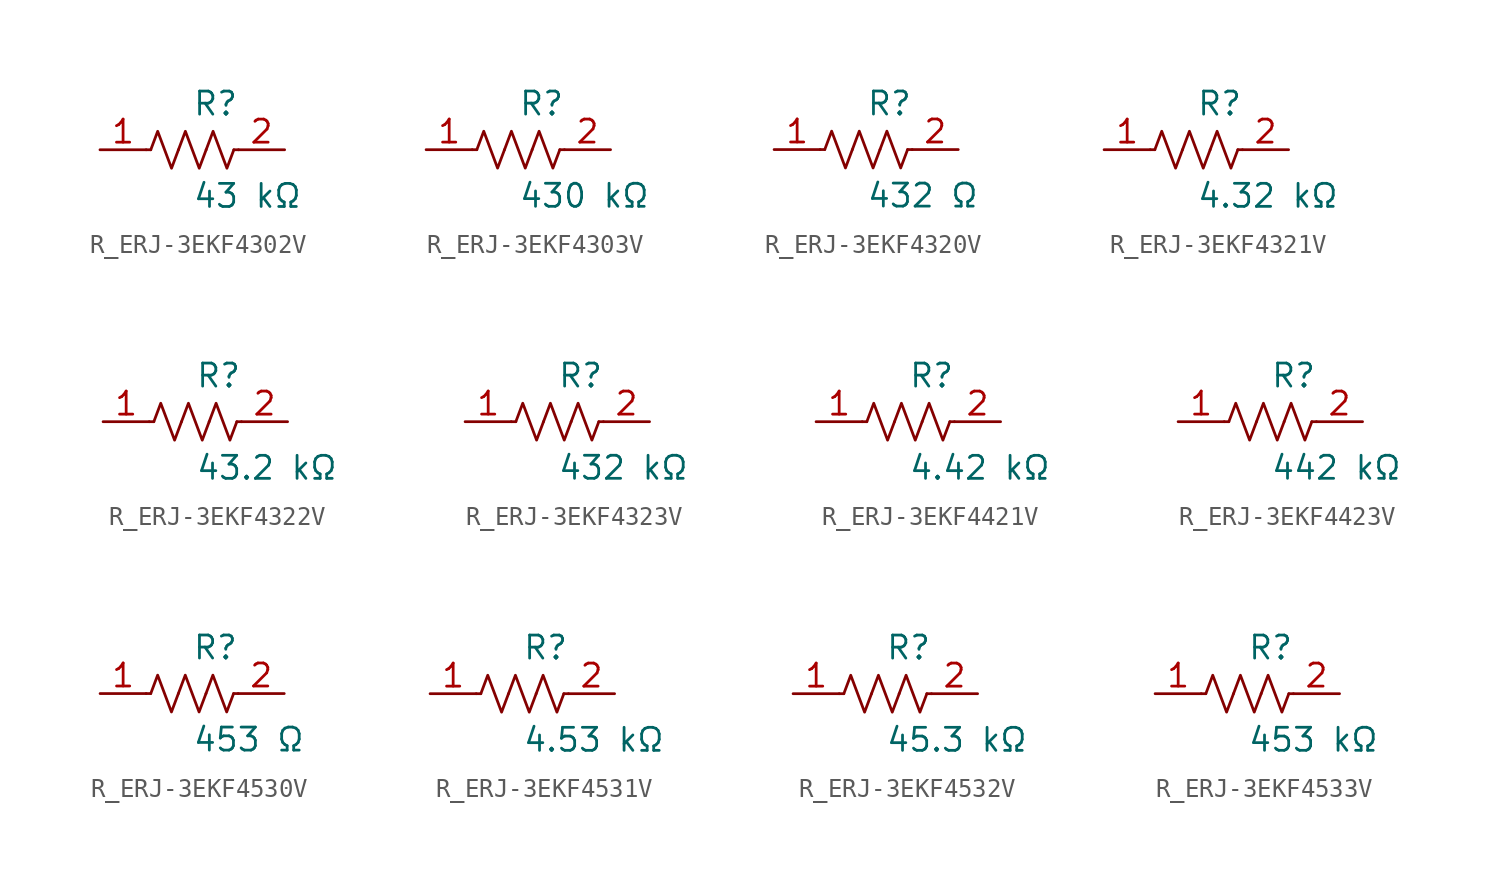
<source format=kicad_sym>
(kicad_symbol_lib
  (version 20231120)
  (generator kicad_symbol_editor)
  (generator_version 8.0)
  (symbol "R_ERJ-3EKF4302V"
    (pin_names
      (offset 0.254))
    (property "Reference" "R"
      (at 0.0 2.54 0)
      (effects (font (size 1.27 1.27)) (justify left)))
    (property "Value" "43 kΩ"
      (at 0.0 -2.54 0)
      (effects (font (size 1.27 1.27)) (justify left)))
    (symbol "R_ERJ-3EKF4302V_0_1"
      (polyline (pts (xy 2.286 0) (xy 2.54 0)) (stroke (width 0) (type default)) (fill (type none)))
      (polyline (pts (xy -2.286 0) (xy -2.54 0)) (stroke (width 0) (type default)) (fill (type none)))
      (polyline (pts (xy 0.762 0) (xy 1.143 1.016) (xy 1.524 0) (xy 1.905 -1.016) (xy 2.286 0)) (stroke (width 0) (type default)) (fill (type none)))
      (polyline (pts (xy -0.762 0) (xy -0.381 1.016) (xy 0 0) (xy 0.381 -1.016) (xy 0.762 0)) (stroke (width 0) (type default)) (fill (type none)))
      (polyline (pts (xy -2.286 0) (xy -1.905 1.016) (xy -1.524 0) (xy -1.143 -1.016) (xy -0.762 0)) (stroke (width 0) (type default)) (fill (type none))))
    (pin unspecified line
      (at -5.08 0 0)
      (length 2.54)
      (name "" (effects (font (size 1.27 1.27))))
      (number "1" (effects (font (size 1.27 1.27)))))
    (pin unspecified line
      (at 5.08 0 180)
      (length 2.54)
      (name "" (effects (font (size 1.27 1.27))))
      (number "2" (effects (font (size 1.27 1.27))))))
  (symbol "R_ERJ-3EKF4303V"
    (pin_names
      (offset 0.254))
    (property "Reference" "R"
      (at 0.0 2.54 0)
      (effects (font (size 1.27 1.27)) (justify left)))
    (property "Value" "430 kΩ"
      (at 0.0 -2.54 0)
      (effects (font (size 1.27 1.27)) (justify left)))
    (symbol "R_ERJ-3EKF4303V_0_1"
      (polyline (pts (xy 2.286 0) (xy 2.54 0)) (stroke (width 0) (type default)) (fill (type none)))
      (polyline (pts (xy -2.286 0) (xy -2.54 0)) (stroke (width 0) (type default)) (fill (type none)))
      (polyline (pts (xy 0.762 0) (xy 1.143 1.016) (xy 1.524 0) (xy 1.905 -1.016) (xy 2.286 0)) (stroke (width 0) (type default)) (fill (type none)))
      (polyline (pts (xy -0.762 0) (xy -0.381 1.016) (xy 0 0) (xy 0.381 -1.016) (xy 0.762 0)) (stroke (width 0) (type default)) (fill (type none)))
      (polyline (pts (xy -2.286 0) (xy -1.905 1.016) (xy -1.524 0) (xy -1.143 -1.016) (xy -0.762 0)) (stroke (width 0) (type default)) (fill (type none))))
    (pin unspecified line
      (at -5.08 0 0)
      (length 2.54)
      (name "" (effects (font (size 1.27 1.27))))
      (number "1" (effects (font (size 1.27 1.27)))))
    (pin unspecified line
      (at 5.08 0 180)
      (length 2.54)
      (name "" (effects (font (size 1.27 1.27))))
      (number "2" (effects (font (size 1.27 1.27))))))
  (symbol "R_ERJ-3EKF4320V"
    (pin_names
      (offset 0.254))
    (property "Reference" "R"
      (at 0.0 2.54 0)
      (effects (font (size 1.27 1.27)) (justify left)))
    (property "Value" "432 Ω"
      (at 0.0 -2.54 0)
      (effects (font (size 1.27 1.27)) (justify left)))
    (symbol "R_ERJ-3EKF4320V_0_1"
      (polyline (pts (xy 2.286 0) (xy 2.54 0)) (stroke (width 0) (type default)) (fill (type none)))
      (polyline (pts (xy -2.286 0) (xy -2.54 0)) (stroke (width 0) (type default)) (fill (type none)))
      (polyline (pts (xy 0.762 0) (xy 1.143 1.016) (xy 1.524 0) (xy 1.905 -1.016) (xy 2.286 0)) (stroke (width 0) (type default)) (fill (type none)))
      (polyline (pts (xy -0.762 0) (xy -0.381 1.016) (xy 0 0) (xy 0.381 -1.016) (xy 0.762 0)) (stroke (width 0) (type default)) (fill (type none)))
      (polyline (pts (xy -2.286 0) (xy -1.905 1.016) (xy -1.524 0) (xy -1.143 -1.016) (xy -0.762 0)) (stroke (width 0) (type default)) (fill (type none))))
    (pin unspecified line
      (at -5.08 0 0)
      (length 2.54)
      (name "" (effects (font (size 1.27 1.27))))
      (number "1" (effects (font (size 1.27 1.27)))))
    (pin unspecified line
      (at 5.08 0 180)
      (length 2.54)
      (name "" (effects (font (size 1.27 1.27))))
      (number "2" (effects (font (size 1.27 1.27))))))
  (symbol "R_ERJ-3EKF4321V"
    (pin_names
      (offset 0.254))
    (property "Reference" "R"
      (at 0.0 2.54 0)
      (effects (font (size 1.27 1.27)) (justify left)))
    (property "Value" "4.32 kΩ"
      (at 0.0 -2.54 0)
      (effects (font (size 1.27 1.27)) (justify left)))
    (symbol "R_ERJ-3EKF4321V_0_1"
      (polyline (pts (xy 2.286 0) (xy 2.54 0)) (stroke (width 0) (type default)) (fill (type none)))
      (polyline (pts (xy -2.286 0) (xy -2.54 0)) (stroke (width 0) (type default)) (fill (type none)))
      (polyline (pts (xy 0.762 0) (xy 1.143 1.016) (xy 1.524 0) (xy 1.905 -1.016) (xy 2.286 0)) (stroke (width 0) (type default)) (fill (type none)))
      (polyline (pts (xy -0.762 0) (xy -0.381 1.016) (xy 0 0) (xy 0.381 -1.016) (xy 0.762 0)) (stroke (width 0) (type default)) (fill (type none)))
      (polyline (pts (xy -2.286 0) (xy -1.905 1.016) (xy -1.524 0) (xy -1.143 -1.016) (xy -0.762 0)) (stroke (width 0) (type default)) (fill (type none))))
    (pin unspecified line
      (at -5.08 0 0)
      (length 2.54)
      (name "" (effects (font (size 1.27 1.27))))
      (number "1" (effects (font (size 1.27 1.27)))))
    (pin unspecified line
      (at 5.08 0 180)
      (length 2.54)
      (name "" (effects (font (size 1.27 1.27))))
      (number "2" (effects (font (size 1.27 1.27))))))
  (symbol "R_ERJ-3EKF4322V"
    (pin_names
      (offset 0.254))
    (property "Reference" "R"
      (at 0.0 2.54 0)
      (effects (font (size 1.27 1.27)) (justify left)))
    (property "Value" "43.2 kΩ"
      (at 0.0 -2.54 0)
      (effects (font (size 1.27 1.27)) (justify left)))
    (symbol "R_ERJ-3EKF4322V_0_1"
      (polyline (pts (xy 2.286 0) (xy 2.54 0)) (stroke (width 0) (type default)) (fill (type none)))
      (polyline (pts (xy -2.286 0) (xy -2.54 0)) (stroke (width 0) (type default)) (fill (type none)))
      (polyline (pts (xy 0.762 0) (xy 1.143 1.016) (xy 1.524 0) (xy 1.905 -1.016) (xy 2.286 0)) (stroke (width 0) (type default)) (fill (type none)))
      (polyline (pts (xy -0.762 0) (xy -0.381 1.016) (xy 0 0) (xy 0.381 -1.016) (xy 0.762 0)) (stroke (width 0) (type default)) (fill (type none)))
      (polyline (pts (xy -2.286 0) (xy -1.905 1.016) (xy -1.524 0) (xy -1.143 -1.016) (xy -0.762 0)) (stroke (width 0) (type default)) (fill (type none))))
    (pin unspecified line
      (at -5.08 0 0)
      (length 2.54)
      (name "" (effects (font (size 1.27 1.27))))
      (number "1" (effects (font (size 1.27 1.27)))))
    (pin unspecified line
      (at 5.08 0 180)
      (length 2.54)
      (name "" (effects (font (size 1.27 1.27))))
      (number "2" (effects (font (size 1.27 1.27))))))
  (symbol "R_ERJ-3EKF4323V"
    (pin_names
      (offset 0.254))
    (property "Reference" "R"
      (at 0.0 2.54 0)
      (effects (font (size 1.27 1.27)) (justify left)))
    (property "Value" "432 kΩ"
      (at 0.0 -2.54 0)
      (effects (font (size 1.27 1.27)) (justify left)))
    (symbol "R_ERJ-3EKF4323V_0_1"
      (polyline (pts (xy 2.286 0) (xy 2.54 0)) (stroke (width 0) (type default)) (fill (type none)))
      (polyline (pts (xy -2.286 0) (xy -2.54 0)) (stroke (width 0) (type default)) (fill (type none)))
      (polyline (pts (xy 0.762 0) (xy 1.143 1.016) (xy 1.524 0) (xy 1.905 -1.016) (xy 2.286 0)) (stroke (width 0) (type default)) (fill (type none)))
      (polyline (pts (xy -0.762 0) (xy -0.381 1.016) (xy 0 0) (xy 0.381 -1.016) (xy 0.762 0)) (stroke (width 0) (type default)) (fill (type none)))
      (polyline (pts (xy -2.286 0) (xy -1.905 1.016) (xy -1.524 0) (xy -1.143 -1.016) (xy -0.762 0)) (stroke (width 0) (type default)) (fill (type none))))
    (pin unspecified line
      (at -5.08 0 0)
      (length 2.54)
      (name "" (effects (font (size 1.27 1.27))))
      (number "1" (effects (font (size 1.27 1.27)))))
    (pin unspecified line
      (at 5.08 0 180)
      (length 2.54)
      (name "" (effects (font (size 1.27 1.27))))
      (number "2" (effects (font (size 1.27 1.27))))))
  (symbol "R_ERJ-3EKF4421V"
    (pin_names
      (offset 0.254))
    (property "Reference" "R"
      (at 0.0 2.54 0)
      (effects (font (size 1.27 1.27)) (justify left)))
    (property "Value" "4.42 kΩ"
      (at 0.0 -2.54 0)
      (effects (font (size 1.27 1.27)) (justify left)))
    (symbol "R_ERJ-3EKF4421V_0_1"
      (polyline (pts (xy 2.286 0) (xy 2.54 0)) (stroke (width 0) (type default)) (fill (type none)))
      (polyline (pts (xy -2.286 0) (xy -2.54 0)) (stroke (width 0) (type default)) (fill (type none)))
      (polyline (pts (xy 0.762 0) (xy 1.143 1.016) (xy 1.524 0) (xy 1.905 -1.016) (xy 2.286 0)) (stroke (width 0) (type default)) (fill (type none)))
      (polyline (pts (xy -0.762 0) (xy -0.381 1.016) (xy 0 0) (xy 0.381 -1.016) (xy 0.762 0)) (stroke (width 0) (type default)) (fill (type none)))
      (polyline (pts (xy -2.286 0) (xy -1.905 1.016) (xy -1.524 0) (xy -1.143 -1.016) (xy -0.762 0)) (stroke (width 0) (type default)) (fill (type none))))
    (pin unspecified line
      (at -5.08 0 0)
      (length 2.54)
      (name "" (effects (font (size 1.27 1.27))))
      (number "1" (effects (font (size 1.27 1.27)))))
    (pin unspecified line
      (at 5.08 0 180)
      (length 2.54)
      (name "" (effects (font (size 1.27 1.27))))
      (number "2" (effects (font (size 1.27 1.27))))))
  (symbol "R_ERJ-3EKF4423V"
    (pin_names
      (offset 0.254))
    (property "Reference" "R"
      (at 0.0 2.54 0)
      (effects (font (size 1.27 1.27)) (justify left)))
    (property "Value" "442 kΩ"
      (at 0.0 -2.54 0)
      (effects (font (size 1.27 1.27)) (justify left)))
    (symbol "R_ERJ-3EKF4423V_0_1"
      (polyline (pts (xy 2.286 0) (xy 2.54 0)) (stroke (width 0) (type default)) (fill (type none)))
      (polyline (pts (xy -2.286 0) (xy -2.54 0)) (stroke (width 0) (type default)) (fill (type none)))
      (polyline (pts (xy 0.762 0) (xy 1.143 1.016) (xy 1.524 0) (xy 1.905 -1.016) (xy 2.286 0)) (stroke (width 0) (type default)) (fill (type none)))
      (polyline (pts (xy -0.762 0) (xy -0.381 1.016) (xy 0 0) (xy 0.381 -1.016) (xy 0.762 0)) (stroke (width 0) (type default)) (fill (type none)))
      (polyline (pts (xy -2.286 0) (xy -1.905 1.016) (xy -1.524 0) (xy -1.143 -1.016) (xy -0.762 0)) (stroke (width 0) (type default)) (fill (type none))))
    (pin unspecified line
      (at -5.08 0 0)
      (length 2.54)
      (name "" (effects (font (size 1.27 1.27))))
      (number "1" (effects (font (size 1.27 1.27)))))
    (pin unspecified line
      (at 5.08 0 180)
      (length 2.54)
      (name "" (effects (font (size 1.27 1.27))))
      (number "2" (effects (font (size 1.27 1.27))))))
  (symbol "R_ERJ-3EKF4530V"
    (pin_names
      (offset 0.254))
    (property "Reference" "R"
      (at 0.0 2.54 0)
      (effects (font (size 1.27 1.27)) (justify left)))
    (property "Value" "453 Ω"
      (at 0.0 -2.54 0)
      (effects (font (size 1.27 1.27)) (justify left)))
    (symbol "R_ERJ-3EKF4530V_0_1"
      (polyline (pts (xy 2.286 0) (xy 2.54 0)) (stroke (width 0) (type default)) (fill (type none)))
      (polyline (pts (xy -2.286 0) (xy -2.54 0)) (stroke (width 0) (type default)) (fill (type none)))
      (polyline (pts (xy 0.762 0) (xy 1.143 1.016) (xy 1.524 0) (xy 1.905 -1.016) (xy 2.286 0)) (stroke (width 0) (type default)) (fill (type none)))
      (polyline (pts (xy -0.762 0) (xy -0.381 1.016) (xy 0 0) (xy 0.381 -1.016) (xy 0.762 0)) (stroke (width 0) (type default)) (fill (type none)))
      (polyline (pts (xy -2.286 0) (xy -1.905 1.016) (xy -1.524 0) (xy -1.143 -1.016) (xy -0.762 0)) (stroke (width 0) (type default)) (fill (type none))))
    (pin unspecified line
      (at -5.08 0 0)
      (length 2.54)
      (name "" (effects (font (size 1.27 1.27))))
      (number "1" (effects (font (size 1.27 1.27)))))
    (pin unspecified line
      (at 5.08 0 180)
      (length 2.54)
      (name "" (effects (font (size 1.27 1.27))))
      (number "2" (effects (font (size 1.27 1.27))))))
  (symbol "R_ERJ-3EKF4531V"
    (pin_names
      (offset 0.254))
    (property "Reference" "R"
      (at 0.0 2.54 0)
      (effects (font (size 1.27 1.27)) (justify left)))
    (property "Value" "4.53 kΩ"
      (at 0.0 -2.54 0)
      (effects (font (size 1.27 1.27)) (justify left)))
    (symbol "R_ERJ-3EKF4531V_0_1"
      (polyline (pts (xy 2.286 0) (xy 2.54 0)) (stroke (width 0) (type default)) (fill (type none)))
      (polyline (pts (xy -2.286 0) (xy -2.54 0)) (stroke (width 0) (type default)) (fill (type none)))
      (polyline (pts (xy 0.762 0) (xy 1.143 1.016) (xy 1.524 0) (xy 1.905 -1.016) (xy 2.286 0)) (stroke (width 0) (type default)) (fill (type none)))
      (polyline (pts (xy -0.762 0) (xy -0.381 1.016) (xy 0 0) (xy 0.381 -1.016) (xy 0.762 0)) (stroke (width 0) (type default)) (fill (type none)))
      (polyline (pts (xy -2.286 0) (xy -1.905 1.016) (xy -1.524 0) (xy -1.143 -1.016) (xy -0.762 0)) (stroke (width 0) (type default)) (fill (type none))))
    (pin unspecified line
      (at -5.08 0 0)
      (length 2.54)
      (name "" (effects (font (size 1.27 1.27))))
      (number "1" (effects (font (size 1.27 1.27)))))
    (pin unspecified line
      (at 5.08 0 180)
      (length 2.54)
      (name "" (effects (font (size 1.27 1.27))))
      (number "2" (effects (font (size 1.27 1.27))))))
  (symbol "R_ERJ-3EKF4532V"
    (pin_names
      (offset 0.254))
    (property "Reference" "R"
      (at 0.0 2.54 0)
      (effects (font (size 1.27 1.27)) (justify left)))
    (property "Value" "45.3 kΩ"
      (at 0.0 -2.54 0)
      (effects (font (size 1.27 1.27)) (justify left)))
    (symbol "R_ERJ-3EKF4532V_0_1"
      (polyline (pts (xy 2.286 0) (xy 2.54 0)) (stroke (width 0) (type default)) (fill (type none)))
      (polyline (pts (xy -2.286 0) (xy -2.54 0)) (stroke (width 0) (type default)) (fill (type none)))
      (polyline (pts (xy 0.762 0) (xy 1.143 1.016) (xy 1.524 0) (xy 1.905 -1.016) (xy 2.286 0)) (stroke (width 0) (type default)) (fill (type none)))
      (polyline (pts (xy -0.762 0) (xy -0.381 1.016) (xy 0 0) (xy 0.381 -1.016) (xy 0.762 0)) (stroke (width 0) (type default)) (fill (type none)))
      (polyline (pts (xy -2.286 0) (xy -1.905 1.016) (xy -1.524 0) (xy -1.143 -1.016) (xy -0.762 0)) (stroke (width 0) (type default)) (fill (type none))))
    (pin unspecified line
      (at -5.08 0 0)
      (length 2.54)
      (name "" (effects (font (size 1.27 1.27))))
      (number "1" (effects (font (size 1.27 1.27)))))
    (pin unspecified line
      (at 5.08 0 180)
      (length 2.54)
      (name "" (effects (font (size 1.27 1.27))))
      (number "2" (effects (font (size 1.27 1.27))))))
  (symbol "R_ERJ-3EKF4533V"
    (pin_names
      (offset 0.254))
    (property "Reference" "R"
      (at 0.0 2.54 0)
      (effects (font (size 1.27 1.27)) (justify left)))
    (property "Value" "453 kΩ"
      (at 0.0 -2.54 0)
      (effects (font (size 1.27 1.27)) (justify left)))
    (symbol "R_ERJ-3EKF4533V_0_1"
      (polyline (pts (xy 2.286 0) (xy 2.54 0)) (stroke (width 0) (type default)) (fill (type none)))
      (polyline (pts (xy -2.286 0) (xy -2.54 0)) (stroke (width 0) (type default)) (fill (type none)))
      (polyline (pts (xy 0.762 0) (xy 1.143 1.016) (xy 1.524 0) (xy 1.905 -1.016) (xy 2.286 0)) (stroke (width 0) (type default)) (fill (type none)))
      (polyline (pts (xy -0.762 0) (xy -0.381 1.016) (xy 0 0) (xy 0.381 -1.016) (xy 0.762 0)) (stroke (width 0) (type default)) (fill (type none)))
      (polyline (pts (xy -2.286 0) (xy -1.905 1.016) (xy -1.524 0) (xy -1.143 -1.016) (xy -0.762 0)) (stroke (width 0) (type default)) (fill (type none))))
    (pin unspecified line
      (at -5.08 0 0)
      (length 2.54)
      (name "" (effects (font (size 1.27 1.27))))
      (number "1" (effects (font (size 1.27 1.27)))))
    (pin unspecified line
      (at 5.08 0 180)
      (length 2.54)
      (name "" (effects (font (size 1.27 1.27))))
      (number "2" (effects (font (size 1.27 1.27)))))))
</source>
